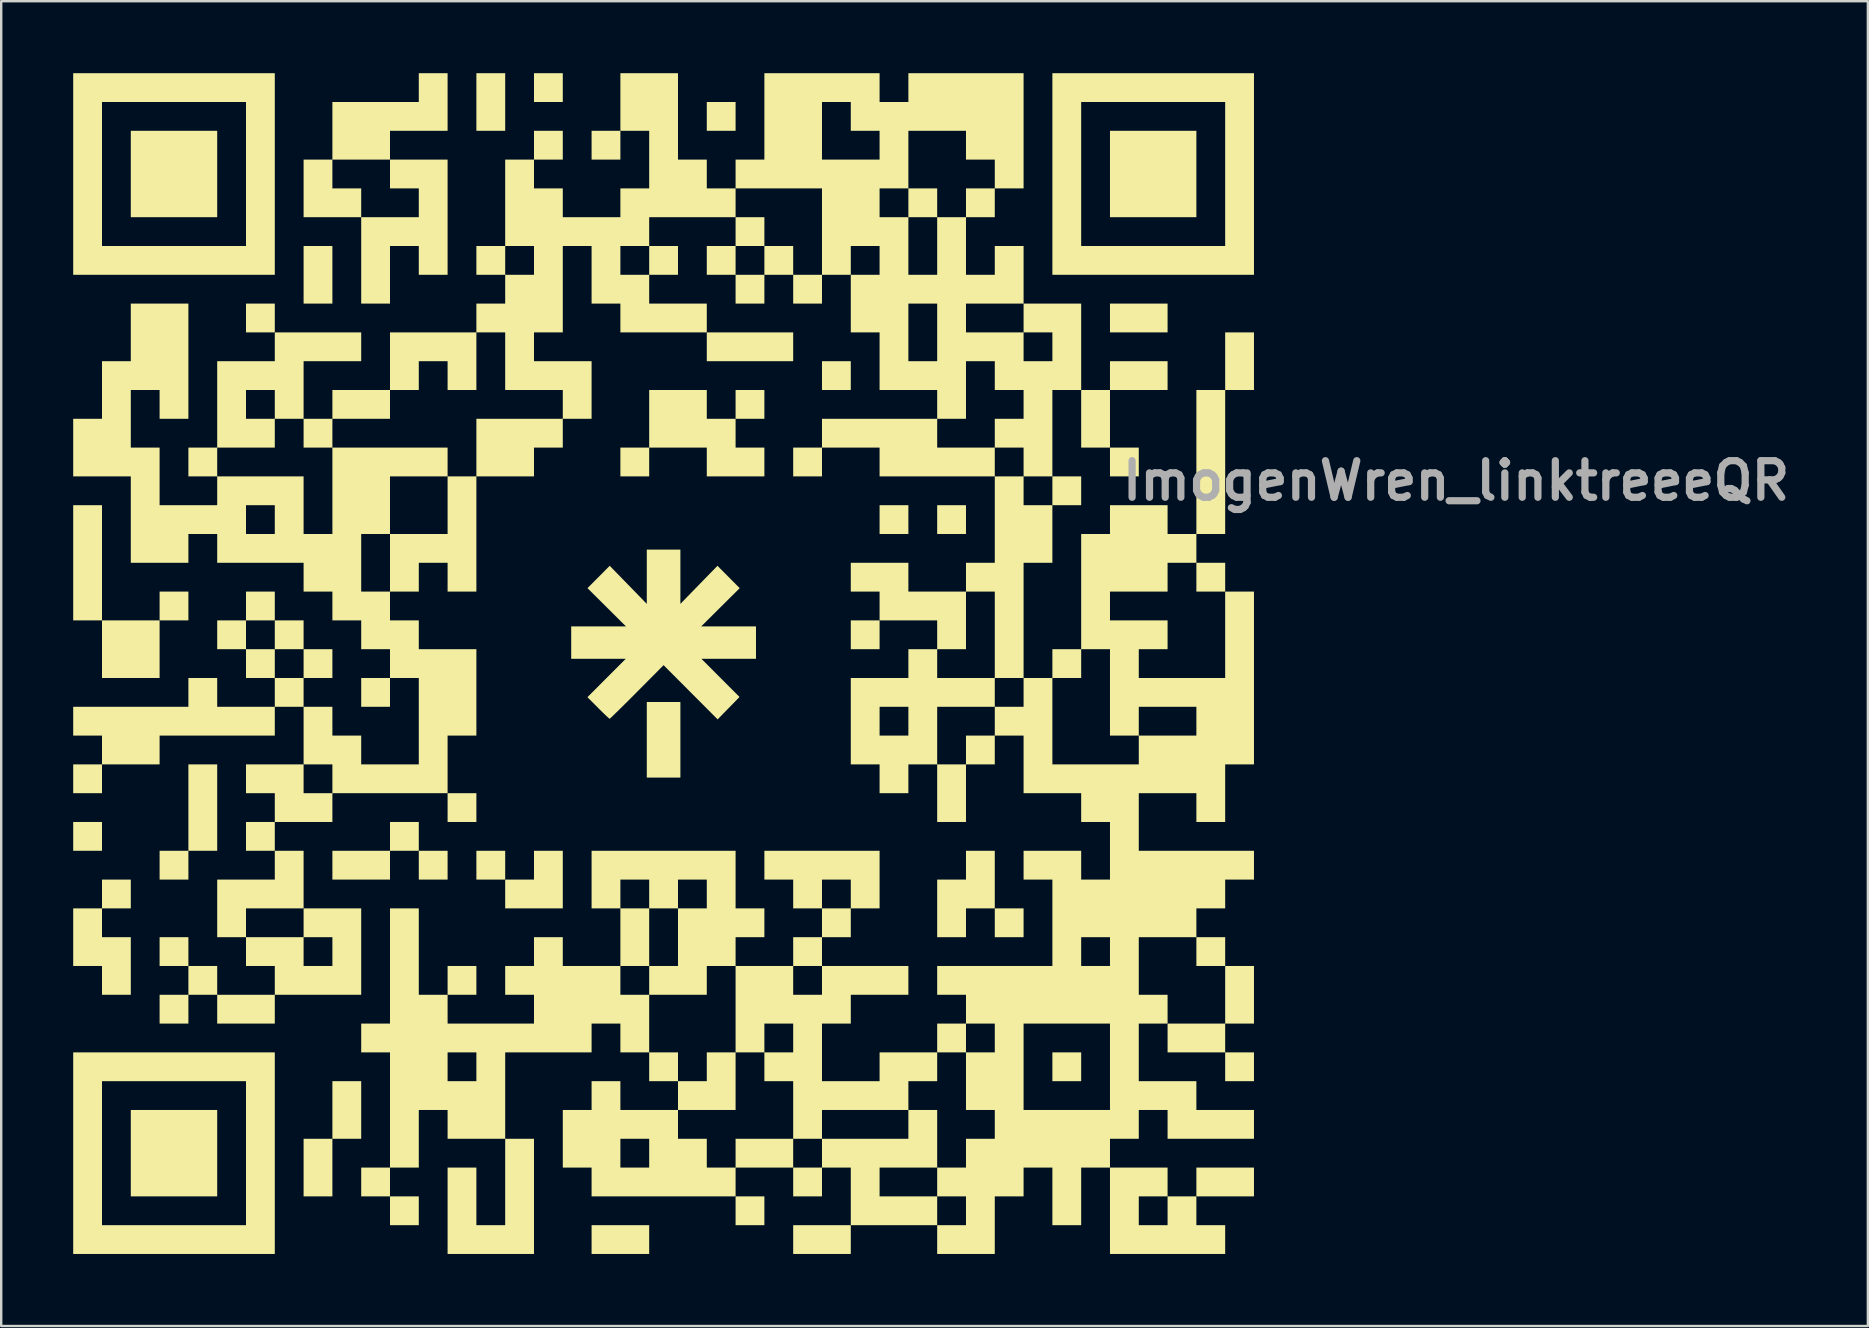
<source format=kicad_pcb>
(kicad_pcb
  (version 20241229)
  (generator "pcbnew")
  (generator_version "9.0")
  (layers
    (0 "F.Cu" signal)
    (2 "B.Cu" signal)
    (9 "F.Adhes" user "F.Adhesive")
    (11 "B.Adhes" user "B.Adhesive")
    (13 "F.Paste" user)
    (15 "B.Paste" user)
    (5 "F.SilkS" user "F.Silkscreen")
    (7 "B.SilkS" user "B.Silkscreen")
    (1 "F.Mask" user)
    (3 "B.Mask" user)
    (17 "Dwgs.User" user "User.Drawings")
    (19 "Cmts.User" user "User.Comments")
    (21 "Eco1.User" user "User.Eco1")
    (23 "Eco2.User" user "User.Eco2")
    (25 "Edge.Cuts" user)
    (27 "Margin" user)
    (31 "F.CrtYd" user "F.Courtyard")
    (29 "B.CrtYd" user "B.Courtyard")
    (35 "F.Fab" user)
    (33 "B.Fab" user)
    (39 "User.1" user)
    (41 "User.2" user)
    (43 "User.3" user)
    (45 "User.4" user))
  (footprint "ImogenWren_linktreeeQR"
    (layer "F.Cu")
    (at 24.6 24.6)
    (property "Reference" "ImogenWren_linktreeeQR" (at 33.02 -7.62 0) (layer "F.Fab") (effects (font (size 1.524 1.524) (thickness 0.3))))
    (attr board_only exclude_from_pos_files exclude_from_bom)
    (fp_poly (pts (xy -23.4 -1.8) (xy -24.6 -1.8) (xy -24.6 -6.6) (xy -23.4 -6.6)) (stroke (width 0) (type solid)) (fill yes) (layer "F.SilkS"))
    (fp_poly (pts (xy -23.4 5.4) (xy -24.6 5.4) (xy -24.6 4.2) (xy -23.4 4.2)) (stroke (width 0) (type solid)) (fill yes) (layer "F.SilkS"))
    (fp_poly (pts (xy -23.4 7.8) (xy -24.6 7.8) (xy -24.6 6.6) (xy -23.4 6.6)) (stroke (width 0) (type solid)) (fill yes) (layer "F.SilkS"))
    (fp_poly (pts (xy -22.2 10.2) (xy -23.4 10.2) (xy -23.4 9) (xy -22.2 9)) (stroke (width 0) (type solid)) (fill yes) (layer "F.SilkS"))
    (fp_poly (pts (xy -21 0.6) (xy -23.4 0.6) (xy -23.4 -1.8) (xy -21 -1.8)) (stroke (width 0) (type solid)) (fill yes) (layer "F.SilkS"))
    (fp_poly (pts (xy -19.8 -1.8) (xy -21 -1.8) (xy -21 -3) (xy -19.8 -3)) (stroke (width 0) (type solid)) (fill yes) (layer "F.SilkS"))
    (fp_poly (pts (xy -19.8 9) (xy -21 9) (xy -21 7.8) (xy -19.8 7.8)) (stroke (width 0) (type solid)) (fill yes) (layer "F.SilkS"))
    (fp_poly (pts (xy -19.8 12.6) (xy -21 12.6) (xy -21 11.4) (xy -19.8 11.4)) (stroke (width 0) (type solid)) (fill yes) (layer "F.SilkS"))
    (fp_poly (pts (xy -19.8 15) (xy -21 15) (xy -21 13.8) (xy -19.8 13.8)) (stroke (width 0) (type solid)) (fill yes) (layer "F.SilkS"))
    (fp_poly (pts (xy -18.6 -18.6) (xy -22.2 -18.6) (xy -22.2 -22.2) (xy -18.6 -22.2)) (stroke (width 0) (type solid)) (fill yes) (layer "F.SilkS"))
    (fp_poly (pts (xy -18.6 7.8) (xy -19.8 7.8) (xy -19.8 4.2) (xy -18.6 4.2)) (stroke (width 0) (type solid)) (fill yes) (layer "F.SilkS"))
    (fp_poly (pts (xy -18.6 13.8) (xy -19.8 13.8) (xy -19.8 12.6) (xy -18.6 12.6)) (stroke (width 0) (type solid)) (fill yes) (layer "F.SilkS"))
    (fp_poly (pts (xy -18.6 22.2) (xy -22.2 22.2) (xy -22.2 18.6) (xy -18.6 18.6)) (stroke (width 0) (type solid)) (fill yes) (layer "F.SilkS"))
    (fp_poly (pts (xy -16.2 -13.8) (xy -17.4 -13.8) (xy -17.4 -15) (xy -16.2 -15)) (stroke (width 0) (type solid)) (fill yes) (layer "F.SilkS"))
    (fp_poly (pts (xy -16.2 7.8) (xy -17.4 7.8) (xy -17.4 6.6) (xy -16.2 6.6)) (stroke (width 0) (type solid)) (fill yes) (layer "F.SilkS"))
    (fp_poly (pts (xy -16.2 15) (xy -18.6 15) (xy -18.6 13.8) (xy -16.2 13.8)) (stroke (width 0) (type solid)) (fill yes) (layer "F.SilkS"))
    (fp_poly (pts (xy -15 1.8) (xy -16.2 1.8) (xy -16.2 0.6) (xy -15 0.6)) (stroke (width 0) (type solid)) (fill yes) (layer "F.SilkS"))
    (fp_poly (pts (xy -13.8 -15) (xy -15 -15) (xy -15 -17.4) (xy -13.8 -17.4)) (stroke (width 0) (type solid)) (fill yes) (layer "F.SilkS"))
    (fp_poly (pts (xy -13.8 0.6) (xy -15 0.6) (xy -15 -0.6) (xy -13.8 -0.6)) (stroke (width 0) (type solid)) (fill yes) (layer "F.SilkS"))
    (fp_poly (pts (xy -13.8 22.2) (xy -15 22.2) (xy -15 19.8) (xy -13.8 19.8)) (stroke (width 0) (type solid)) (fill yes) (layer "F.SilkS"))
    (fp_poly (pts (xy -12.6 19.8) (xy -13.8 19.8) (xy -13.8 17.4) (xy -12.6 17.4)) (stroke (width 0) (type solid)) (fill yes) (layer "F.SilkS"))
    (fp_poly (pts (xy -11.4 1.8) (xy -12.6 1.8) (xy -12.6 0.6) (xy -11.4 0.6)) (stroke (width 0) (type solid)) (fill yes) (layer "F.SilkS"))
    (fp_poly (pts (xy -11.4 9) (xy -13.8 9) (xy -13.8 7.8) (xy -11.4 7.8)) (stroke (width 0) (type solid)) (fill yes) (layer "F.SilkS"))
    (fp_poly (pts (xy -11.4 22.2) (xy -12.6 22.2) (xy -12.6 21) (xy -11.4 21)) (stroke (width 0) (type solid)) (fill yes) (layer "F.SilkS"))
    (fp_poly (pts (xy -10.2 7.8) (xy -11.4 7.8) (xy -11.4 6.6) (xy -10.2 6.6)) (stroke (width 0) (type solid)) (fill yes) (layer "F.SilkS"))
    (fp_poly (pts (xy -10.2 23.4) (xy -11.4 23.4) (xy -11.4 22.2) (xy -10.2 22.2)) (stroke (width 0) (type solid)) (fill yes) (layer "F.SilkS"))
    (fp_poly (pts (xy -9 9) (xy -10.2 9) (xy -10.2 7.8) (xy -9 7.8)) (stroke (width 0) (type solid)) (fill yes) (layer "F.SilkS"))
    (fp_poly (pts (xy -7.8 6.6) (xy -9 6.6) (xy -9 5.4) (xy -7.8 5.4)) (stroke (width 0) (type solid)) (fill yes) (layer "F.SilkS"))
    (fp_poly (pts (xy -7.8 13.8) (xy -9 13.8) (xy -9 12.6) (xy -7.8 12.6)) (stroke (width 0) (type solid)) (fill yes) (layer "F.SilkS"))
    (fp_poly (pts (xy -6.6 -22.2) (xy -7.8 -22.2) (xy -7.8 -24.6) (xy -6.6 -24.6)) (stroke (width 0) (type solid)) (fill yes) (layer "F.SilkS"))
    (fp_poly (pts (xy -6.6 9) (xy -7.8 9) (xy -7.8 7.8) (xy -6.6 7.8)) (stroke (width 0) (type solid)) (fill yes) (layer "F.SilkS"))
    (fp_poly (pts (xy -4.2 -23.4) (xy -5.4 -23.4) (xy -5.4 -24.6) (xy -4.2 -24.6)) (stroke (width 0) (type solid)) (fill yes) (layer "F.SilkS"))
    (fp_poly (pts (xy -4.2 -21) (xy -5.4 -21) (xy -5.4 -22.2) (xy -4.2 -22.2)) (stroke (width 0) (type solid)) (fill yes) (layer "F.SilkS"))
    (fp_poly (pts (xy -1.8 -21) (xy -3 -21) (xy -3 -22.2) (xy -1.8 -22.2)) (stroke (width 0) (type solid)) (fill yes) (layer "F.SilkS"))
    (fp_poly (pts (xy -0.6 -7.8) (xy -1.8 -7.8) (xy -1.8 -9) (xy -0.6 -9)) (stroke (width 0) (type solid)) (fill yes) (layer "F.SilkS"))
    (fp_poly (pts (xy -0.6 24.6) (xy -3 24.6) (xy -3 23.4) (xy -0.6 23.4)) (stroke (width 0) (type solid)) (fill yes) (layer "F.SilkS"))
    (fp_poly (pts (xy 0.6 -16.2) (xy -0.6 -16.2) (xy -0.6 -17.4) (xy 0.6 -17.4)) (stroke (width 0) (type solid)) (fill yes) (layer "F.SilkS"))
    (fp_poly (pts (xy 0.7 4.75) (xy -0.7 4.75) (xy -0.7 1.6) (xy 0.7 1.6)) (stroke (width 0) (type solid)) (fill yes) (layer "F.SilkS"))
    (fp_poly (pts (xy 3 -22.2) (xy 1.8 -22.2) (xy 1.8 -23.4) (xy 3 -23.4)) (stroke (width 0) (type solid)) (fill yes) (layer "F.SilkS"))
    (fp_poly (pts (xy 4.2 -10.2) (xy 3 -10.2) (xy 3 -11.4) (xy 4.2 -11.4)) (stroke (width 0) (type solid)) (fill yes) (layer "F.SilkS"))
    (fp_poly (pts (xy 4.2 23.4) (xy 3 23.4) (xy 3 22.2) (xy 4.2 22.2)) (stroke (width 0) (type solid)) (fill yes) (layer "F.SilkS"))
    (fp_poly (pts (xy 5.4 -12.6) (xy 1.8 -12.6) (xy 1.8 -13.8) (xy 5.4 -13.8)) (stroke (width 0) (type solid)) (fill yes) (layer "F.SilkS"))
    (fp_poly (pts (xy 6.6 -15) (xy 5.4 -15) (xy 5.4 -16.2) (xy 6.6 -16.2)) (stroke (width 0) (type solid)) (fill yes) (layer "F.SilkS"))
    (fp_poly (pts (xy 6.6 -7.8) (xy 5.4 -7.8) (xy 5.4 -9) (xy 6.6 -9)) (stroke (width 0) (type solid)) (fill yes) (layer "F.SilkS"))
    (fp_poly (pts (xy 7.8 -11.4) (xy 6.6 -11.4) (xy 6.6 -12.6) (xy 7.8 -12.6)) (stroke (width 0) (type solid)) (fill yes) (layer "F.SilkS"))
    (fp_poly (pts (xy 7.8 24.6) (xy 5.4 24.6) (xy 5.4 23.4) (xy 7.8 23.4)) (stroke (width 0) (type solid)) (fill yes) (layer "F.SilkS"))
    (fp_poly (pts (xy 9 -0.6) (xy 7.8 -0.6) (xy 7.8 -1.8) (xy 9 -1.8)) (stroke (width 0) (type solid)) (fill yes) (layer "F.SilkS"))
    (fp_poly (pts (xy 10.2 -5.4) (xy 9 -5.4) (xy 9 -6.6) (xy 10.2 -6.6)) (stroke (width 0) (type solid)) (fill yes) (layer "F.SilkS"))
    (fp_poly (pts (xy 11.4 -18.6) (xy 10.2 -18.6) (xy 10.2 -19.8) (xy 11.4 -19.8)) (stroke (width 0) (type solid)) (fill yes) (layer "F.SilkS"))
    (fp_poly (pts (xy 12.6 -5.4) (xy 11.4 -5.4) (xy 11.4 -6.6) (xy 12.6 -6.6)) (stroke (width 0) (type solid)) (fill yes) (layer "F.SilkS"))
    (fp_poly (pts (xy 15 11.4) (xy 13.8 11.4) (xy 13.8 10.2) (xy 15 10.2)) (stroke (width 0) (type solid)) (fill yes) (layer "F.SilkS"))
    (fp_poly (pts (xy 17.4 -6.6) (xy 16.2 -6.6) (xy 16.2 -7.8) (xy 17.4 -7.8)) (stroke (width 0) (type solid)) (fill yes) (layer "F.SilkS"))
    (fp_poly (pts (xy 17.4 17.4) (xy 16.2 17.4) (xy 16.2 16.2) (xy 17.4 16.2)) (stroke (width 0) (type solid)) (fill yes) (layer "F.SilkS"))
    (fp_poly (pts (xy 18.6 -9) (xy 17.4 -9) (xy 17.4 -11.4) (xy 18.6 -11.4)) (stroke (width 0) (type solid)) (fill yes) (layer "F.SilkS"))
    (fp_poly (pts (xy 19.8 -7.8) (xy 18.6 -7.8) (xy 18.6 -9) (xy 19.8 -9)) (stroke (width 0) (type solid)) (fill yes) (layer "F.SilkS"))
    (fp_poly (pts (xy 21 -13.8) (xy 18.6 -13.8) (xy 18.6 -15) (xy 21 -15)) (stroke (width 0) (type solid)) (fill yes) (layer "F.SilkS"))
    (fp_poly (pts (xy 21 -11.4) (xy 18.6 -11.4) (xy 18.6 -12.6) (xy 21 -12.6)) (stroke (width 0) (type solid)) (fill yes) (layer "F.SilkS"))
    (fp_poly (pts (xy 22.2 -18.6) (xy 18.6 -18.6) (xy 18.6 -22.2) (xy 22.2 -22.2)) (stroke (width 0) (type solid)) (fill yes) (layer "F.SilkS"))
    (fp_poly (pts (xy 23.4 -5.4) (xy 22.2 -5.4) (xy 22.2 -11.4) (xy 23.4 -11.4)) (stroke (width 0) (type solid)) (fill yes) (layer "F.SilkS"))
    (fp_poly (pts (xy 23.4 -3) (xy 22.2 -3) (xy 22.2 -4.2) (xy 23.4 -4.2)) (stroke (width 0) (type solid)) (fill yes) (layer "F.SilkS"))
    (fp_poly (pts (xy 23.4 12.6) (xy 22.2 12.6) (xy 22.2 11.4) (xy 23.4 11.4)) (stroke (width 0) (type solid)) (fill yes) (layer "F.SilkS"))
    (fp_poly (pts (xy 23.4 16.2) (xy 21 16.2) (xy 21 15) (xy 23.4 15)) (stroke (width 0) (type solid)) (fill yes) (layer "F.SilkS"))
    (fp_poly (pts (xy 24.6 -11.4) (xy 23.4 -11.4) (xy 23.4 -13.8) (xy 24.6 -13.8)) (stroke (width 0) (type solid)) (fill yes) (layer "F.SilkS"))
    (fp_poly (pts (xy 24.6 15) (xy 23.4 15) (xy 23.4 12.6) (xy 24.6 12.6)) (stroke (width 0) (type solid)) (fill yes) (layer "F.SilkS"))
    (fp_poly (pts (xy 24.6 17.4) (xy 23.4 17.4) (xy 23.4 16.2) (xy 24.6 16.2)) (stroke (width 0) (type solid)) (fill yes) (layer "F.SilkS"))
    (fp_poly (pts (xy 24.6 22.2) (xy 22.2 22.2) (xy 22.2 21) (xy 24.6 21)) (stroke (width 0) (type solid)) (fill yes) (layer "F.SilkS"))
    (fp_poly (pts (xy -4.2 10.2) (xy -6.6 10.2) (xy -6.6 9) (xy -5.4 9) (xy -5.4 7.8) (xy -4.2 7.8)) (stroke (width 0) (type solid)) (fill yes) (layer "F.SilkS"))
    (fp_poly (pts (xy -23.4 11.4) (xy -22.2 11.4) (xy -22.2 13.8) (xy -23.4 13.8) (xy -23.4 12.6) (xy -24.6 12.6) (xy -24.6 10.2) (xy -23.4 10.2)) (stroke (width 0) (type solid)) (fill yes) (layer "F.SilkS"))
    (fp_poly (pts (xy -5.4 24.6) (xy -9 24.6) (xy -9 21) (xy -7.8 21) (xy -7.8 23.4) (xy -6.6 23.4) (xy -6.6 19.8) (xy -5.4 19.8)) (stroke (width 0) (type solid)) (fill yes) (layer "F.SilkS"))
    (fp_poly (pts (xy 13.8 10.2) (xy 12.6 10.2) (xy 12.6 11.4) (xy 11.4 11.4) (xy 11.4 9) (xy 12.6 9) (xy 12.6 7.8) (xy 13.8 7.8)) (stroke (width 0) (type solid)) (fill yes) (layer "F.SilkS"))
    (fp_poly (pts (xy -0.6 -11.4) (xy 1.8 -11.4) (xy 1.8 -10.2) (xy 3 -10.2) (xy 3 -9) (xy 4.2 -9) (xy 4.2 -7.8) (xy 1.8 -7.8) (xy 1.8 -9) (xy -0.6 -9)) (stroke (width 0) (type solid)) (fill yes) (layer "F.SilkS"))
    (fp_poly (pts (xy -16.2 -16.2) (xy -24.6 -16.2) (xy -24.6 -17.4) (xy -23.4 -17.4) (xy -17.4 -17.4) (xy -17.4 -23.4) (xy -23.4 -23.4) (xy -23.4 -17.4) (xy -24.6 -17.4) (xy -24.6 -24.6) (xy -16.2 -24.6)) (stroke (width 0) (type solid)) (fill yes) (layer "F.SilkS"))
    (fp_poly (pts (xy -16.2 24.6) (xy -24.6 24.6) (xy -24.6 23.4) (xy -23.4 23.4) (xy -17.4 23.4) (xy -17.4 17.4) (xy -23.4 17.4) (xy -23.4 23.4) (xy -24.6 23.4) (xy -24.6 16.2) (xy -16.2 16.2)) (stroke (width 0) (type solid)) (fill yes) (layer "F.SilkS"))
    (fp_poly (pts (xy 24.6 -16.2) (xy 16.2 -16.2) (xy 16.2 -17.4) (xy 17.4 -17.4) (xy 23.4 -17.4) (xy 23.4 -23.4) (xy 17.4 -23.4) (xy 17.4 -17.4) (xy 16.2 -17.4) (xy 16.2 -24.6) (xy 24.6 -24.6)) (stroke (width 0) (type solid)) (fill yes) (layer "F.SilkS"))
    (fp_poly (pts (xy -18.6 1.8) (xy -16.2 1.8) (xy -16.2 3) (xy -21 3) (xy -21 4.2) (xy -23.4 4.2) (xy -23.4 3) (xy -24.6 3) (xy -24.6 1.8) (xy -19.8 1.8) (xy -19.8 0.6) (xy -18.6 0.6)) (stroke (width 0) (type solid)) (fill yes) (layer "F.SilkS"))
    (fp_poly (pts (xy 9 10.2) (xy 7.8 10.2) (xy 7.8 11.4) (xy 6.6 11.4) (xy 6.6 10.2) (xy 7.8 10.2) (xy 7.8 9) (xy 6.6 9) (xy 6.6 10.2) (xy 5.4 10.2) (xy 5.4 9) (xy 4.2 9) (xy 4.2 7.8) (xy 9 7.8)) (stroke (width 0) (type solid)) (fill yes) (layer "F.SilkS"))
    (fp_poly (pts (xy 22.2 22.2) (xy 22.2 23.4) (xy 23.4 23.4) (xy 23.4 24.6) (xy 18.6 24.6) (xy 18.6 23.4) (xy 19.8 23.4) (xy 21 23.4) (xy 21 22.2) (xy 19.8 22.2) (xy 19.8 23.4) (xy 18.6 23.4) (xy 18.6 21) (xy 21 21) (xy 21 22.2)) (stroke (width 0) (type solid)) (fill yes) (layer "F.SilkS"))
    (fp_poly (pts (xy -15 -1.8) (xy -15 -0.6) (xy -16.2 -0.6) (xy -16.2 0.6) (xy -17.4 0.6) (xy -17.4 -0.6) (xy -16.2 -0.6) (xy -16.2 -1.8) (xy -17.4 -1.8) (xy -17.4 -0.6) (xy -18.6 -0.6) (xy -18.6 -1.8) (xy -17.4 -1.8) (xy -17.4 -3) (xy -16.2 -3) (xy -16.2 -1.8)) (stroke (width 0) (type solid)) (fill yes) (layer "F.SilkS"))
    (fp_poly (pts (xy 5.4 -17.4) (xy 5.4 -16.2) (xy 4.2 -16.2) (xy 4.2 -15) (xy 3 -15) (xy 3 -16.2) (xy 4.2 -16.2) (xy 4.2 -17.4) (xy 3 -17.4) (xy 3 -16.2) (xy 1.8 -16.2) (xy 1.8 -17.4) (xy 3 -17.4) (xy 3 -18.6) (xy 4.2 -18.6) (xy 4.2 -17.4)) (stroke (width 0) (type solid)) (fill yes) (layer "F.SilkS"))
    (fp_poly (pts (xy -12.6 10.2) (xy -12.6 13.8) (xy -16.2 13.8) (xy -16.2 12.6) (xy -15 12.6) (xy -13.8 12.6) (xy -13.8 11.4) (xy -15 11.4) (xy -15 12.6) (xy -16.2 12.6) (xy -17.4 12.6) (xy -17.4 11.4) (xy -15 11.4) (xy -15 10.2) (xy -17.4 10.2) (xy -17.4 11.4) (xy -18.6 11.4) (xy -18.6 9) (xy -16.2 9) (xy -16.2 7.8) (xy -15 7.8) (xy -15 10.2)) (stroke (width 0) (type solid)) (fill yes) (layer "F.SilkS"))
    (fp_poly (pts (xy -9 -21) (xy -9 -16.2) (xy -10.2 -16.2) (xy -10.2 -17.4) (xy -11.4 -17.4) (xy -11.4 -15) (xy -12.6 -15) (xy -12.6 -18.6) (xy -15 -18.6) (xy -15 -19.8) (xy -13.8 -19.8) (xy -12.6 -19.8) (xy -12.6 -18.6) (xy -10.2 -18.6) (xy -10.2 -19.8) (xy -11.4 -19.8) (xy -11.4 -21) (xy -13.8 -21) (xy -13.8 -19.8) (xy -15 -19.8) (xy -15 -21) (xy -13.8 -21) (xy -13.8 -23.4) (xy -10.2 -23.4) (xy -10.2 -24.6) (xy -9 -24.6) (xy -9 -22.2) (xy -11.4 -22.2) (xy -11.4 -21)) (stroke (width 0) (type solid)) (fill yes) (layer "F.SilkS"))
    (fp_poly (pts (xy 0.7 -2.488) (xy 2.245 -4.075) (xy 2.708 -3.609) (xy 3.171 -3.143) (xy 2.37 -2.347) (xy 1.569 -1.55) (xy 3.85 -1.55) (xy 3.85 -0.2) (xy 1.576 -0.2) (xy 3.164 1.391) (xy 2.252 2.325) (xy 1.126 1.196) (xy -0.000315 0.066) (xy -1.11 1.183) (xy -1.383 1.457) (xy -1.633 1.706) (xy -1.853 1.923) (xy -2.032 2.098) (xy -2.162 2.224) (xy -2.236 2.291) (xy -2.249 2.3) (xy -2.293 2.267) (xy -2.392 2.175) (xy -2.534 2.039) (xy -2.703 1.872) (xy -2.725 1.85) (xy -3.173 1.4) (xy -1.576 -0.2) (xy -3.85 -0.2) (xy -3.85 -1.55) (xy -1.569 -1.55) (xy -2.37 -2.347) (xy -3.171 -3.143) (xy -2.708 -3.609) (xy -2.245 -4.075) (xy -1.473 -3.282) (xy -0.7 -2.488) (xy -0.7 -4.75) (xy 0.7 -4.75)) (stroke (width 0) (type solid)) (fill yes) (layer "F.SilkS"))
    (fp_poly (pts (xy -1.8 -24.6) (xy 0.6 -24.6) (xy 0.6 -21) (xy 1.8 -21) (xy 1.8 -19.8) (xy 3 -19.8) (xy 3 -18.6) (xy -0.6 -18.6) (xy -0.6 -17.4) (xy -1.8 -17.4) (xy -1.8 -16.2) (xy -0.6 -16.2) (xy -0.6 -15) (xy 1.8 -15) (xy 1.8 -13.8) (xy -1.8 -13.8) (xy -1.8 -15) (xy -3 -15) (xy -3 -17.4) (xy -4.2 -17.4) (xy -4.2 -13.8) (xy -5.4 -13.8) (xy -5.4 -12.6) (xy -3 -12.6) (xy -3 -10.2) (xy -4.2 -10.2) (xy -4.2 -9) (xy -5.4 -9) (xy -5.4 -7.8) (xy -7.8 -7.8) (xy -7.8 -3) (xy -9 -3) (xy -9 -4.2) (xy -10.2 -4.2) (xy -10.2 -3) (xy -11.4 -3) (xy -11.4 -1.8) (xy -10.2 -1.8) (xy -10.2 -0.6) (xy -7.8 -0.6) (xy -7.8 3) (xy -9 3) (xy -9 5.4) (xy -13.8 5.4) (xy -13.8 6.6) (xy -16.2 6.6) (xy -16.2 5.4) (xy -15 5.4) (xy -13.8 5.4) (xy -13.8 4.2) (xy -15 4.2) (xy -15 5.4) (xy -16.2 5.4) (xy -17.4 5.4) (xy -17.4 4.2) (xy -15 4.2) (xy -15 1.8) (xy -13.8 1.8) (xy -13.8 3) (xy -12.6 3) (xy -12.6 4.2) (xy -10.2 4.2) (xy -10.2 0.6) (xy -11.4 0.6) (xy -11.4 -0.6) (xy -12.6 -0.6) (xy -12.6 -1.8) (xy -13.8 -1.8) (xy -13.8 -3) (xy -12.6 -3) (xy -11.4 -3) (xy -11.4 -5.4) (xy -9 -5.4) (xy -9 -7.8) (xy -11.4 -7.8) (xy -11.4 -5.4) (xy -12.6 -5.4) (xy -12.6 -3) (xy -13.8 -3) (xy -15 -3) (xy -15 -4.2) (xy -18.6 -4.2) (xy -18.6 -5.4) (xy -17.4 -5.4) (xy -16.2 -5.4) (xy -16.2 -6.6) (xy -17.4 -6.6) (xy -17.4 -5.4) (xy -18.6 -5.4) (xy -19.8 -5.4) (xy -19.8 -4.2) (xy -22.2 -4.2) (xy -22.2 -7.8) (xy -24.6 -7.8) (xy -24.6 -10.2) (xy -23.4 -10.2) (xy -23.4 -12.6) (xy -22.2 -12.6) (xy -22.2 -15) (xy -19.8 -15) (xy -19.8 -10.2) (xy -21 -10.2) (xy -21 -11.4) (xy -22.2 -11.4) (xy -22.2 -9) (xy -21 -9) (xy -21 -6.6) (xy -18.6 -6.6) (xy -18.6 -7.8) (xy -15 -7.8) (xy -15 -5.4) (xy -13.8 -5.4) (xy -13.8 -9) (xy -9 -9) (xy -9 -7.8) (xy -7.8 -7.8) (xy -7.8 -10.2) (xy -4.2 -10.2) (xy -4.2 -11.4) (xy -6.6 -11.4) (xy -6.6 -13.8) (xy -7.8 -13.8) (xy -7.8 -11.4) (xy -9 -11.4) (xy -9 -12.6) (xy -10.2 -12.6) (xy -10.2 -11.4) (xy -11.4 -11.4) (xy -11.4 -10.2) (xy -13.8 -10.2) (xy -13.8 -9) (xy -15 -9) (xy -15 -10.2) (xy -16.2 -10.2) (xy -16.2 -9) (xy -18.6 -9) (xy -18.6 -7.8) (xy -19.8 -7.8) (xy -19.8 -9) (xy -18.6 -9) (xy -18.6 -10.2) (xy -17.4 -10.2) (xy -16.2 -10.2) (xy -16.2 -11.4) (xy -17.4 -11.4) (xy -17.4 -10.2) (xy -18.6 -10.2) (xy -18.6 -12.6) (xy -16.2 -12.6) (xy -16.2 -13.8) (xy -12.6 -13.8) (xy -12.6 -12.6) (xy -15 -12.6) (xy -15 -10.2) (xy -13.8 -10.2) (xy -13.8 -11.4) (xy -11.4 -11.4) (xy -11.4 -13.8) (xy -7.8 -13.8) (xy -7.8 -15) (xy -6.6 -15) (xy -6.6 -16.2) (xy -5.4 -16.2) (xy -5.4 -17.4) (xy -6.6 -17.4) (xy -6.6 -16.2) (xy -7.8 -16.2) (xy -7.8 -17.4) (xy -6.6 -17.4) (xy -6.6 -21) (xy -5.4 -21) (xy -5.4 -19.8) (xy -4.2 -19.8) (xy -4.2 -18.6) (xy -1.8 -18.6) (xy -1.8 -19.8) (xy -0.6 -19.8) (xy -0.6 -22.2) (xy -1.8 -22.2)) (stroke (width 0) (type solid)) (fill yes) (layer "F.SilkS"))
    (fp_poly (pts (xy 7.8 21) (xy 6.6 21) (xy 6.6 22.2) (xy 5.4 22.2) (xy 5.4 21) (xy 6.6 21) (xy 6.6 19.8) (xy 10.2 19.8) (xy 10.2 18.6) (xy 11.4 18.6) (xy 11.4 21) (xy 12.6 21) (xy 12.6 19.8) (xy 13.8 19.8) (xy 13.8 18.6) (xy 15 18.6) (xy 18.6 18.6) (xy 18.6 15) (xy 15 15) (xy 15 18.6) (xy 13.8 18.6) (xy 12.6 18.6) (xy 12.6 16.2) (xy 13.8 16.2) (xy 13.8 15) (xy 12.6 15) (xy 12.6 16.2) (xy 11.4 16.2) (xy 11.4 17.4) (xy 10.2 17.4) (xy 10.2 18.6) (xy 6.6 18.6) (xy 6.6 19.8) (xy 5.4 19.8) (xy 5.4 21) (xy 3 21) (xy 3 22.2) (xy -3 22.2) (xy -3 21) (xy -1.8 21) (xy -0.6 21) (xy -0.6 19.8) (xy 0.6 19.8) (xy 1.8 19.8) (xy 1.8 21) (xy 3 21) (xy 3 19.8) (xy 5.4 19.8) (xy 5.4 17.4) (xy 4.2 17.4) (xy 4.2 16.2) (xy 5.4 16.2) (xy 5.4 15) (xy 4.2 15) (xy 4.2 16.2) (xy 3 16.2) (xy 3 18.6) (xy 0.6 18.6) (xy 0.6 19.8) (xy -0.6 19.8) (xy -1.8 19.8) (xy -1.8 21) (xy -3 21) (xy -4.2 21) (xy -4.2 18.6) (xy -3 18.6) (xy -3 17.4) (xy -1.8 17.4) (xy -1.8 18.6) (xy 0.6 18.6) (xy 0.6 17.4) (xy -0.6 17.4) (xy -0.6 16.2) (xy 0.6 16.2) (xy 0.6 17.4) (xy 1.8 17.4) (xy 1.8 16.2) (xy 3 16.2) (xy 3 13.8) (xy 5.4 13.8) (xy 6.6 13.8) (xy 6.6 12.6) (xy 5.4 12.6) (xy 5.4 13.8) (xy 3 13.8) (xy 3 12.6) (xy 1.8 12.6) (xy 1.8 13.8) (xy -0.6 13.8) (xy -0.6 16.2) (xy -1.8 16.2) (xy -1.8 15) (xy -3 15) (xy -3 16.2) (xy -6.6 16.2) (xy -6.6 19.8) (xy -9 19.8) (xy -9 18.6) (xy -10.2 18.6) (xy -10.2 21) (xy -11.4 21) (xy -11.4 17.4) (xy -9 17.4) (xy -7.8 17.4) (xy -7.8 16.2) (xy -9 16.2) (xy -9 17.4) (xy -11.4 17.4) (xy -11.4 16.2) (xy -12.6 16.2) (xy -12.6 15) (xy -11.4 15) (xy -11.4 10.2) (xy -10.2 10.2) (xy -10.2 13.8) (xy -9 13.8) (xy -9 15) (xy -5.4 15) (xy -5.4 13.8) (xy -1.8 13.8) (xy -0.6 13.8) (xy -0.6 12.6) (xy 0.6 12.6) (xy 0.6 10.2) (xy 1.8 10.2) (xy 1.8 9) (xy 0.6 9) (xy 0.6 10.2) (xy -0.6 10.2) (xy -0.6 12.6) (xy -1.8 12.6) (xy -1.8 13.8) (xy -5.4 13.8) (xy -6.6 13.8) (xy -6.6 12.6) (xy -5.4 12.6) (xy -5.4 11.4) (xy -4.2 11.4) (xy -4.2 12.6) (xy -1.8 12.6) (xy -1.8 10.2) (xy -0.6 10.2) (xy -0.6 9) (xy -1.8 9) (xy -1.8 10.2) (xy -3 10.2) (xy -3 7.8) (xy 3 7.8) (xy 3 10.2) (xy 4.2 10.2) (xy 4.2 11.4) (xy 3 11.4) (xy 3 12.6) (xy 5.4 12.6) (xy 5.4 11.4) (xy 6.6 11.4) (xy 6.6 12.6) (xy 10.2 12.6) (xy 10.2 13.8) (xy 7.8 13.8) (xy 7.8 15) (xy 6.6 15) (xy 6.6 17.4) (xy 9 17.4) (xy 9 16.2) (xy 11.4 16.2) (xy 11.4 15) (xy 12.6 15) (xy 12.6 13.8) (xy 11.4 13.8) (xy 11.4 12.6) (xy 16.2 12.6) (xy 17.4 12.6) (xy 18.6 12.6) (xy 18.6 11.4) (xy 17.4 11.4) (xy 17.4 12.6) (xy 16.2 12.6) (xy 16.2 9) (xy 15 9) (xy 15 7.8) (xy 17.4 7.8) (xy 17.4 9) (xy 18.6 9) (xy 18.6 6.6) (xy 17.4 6.6) (xy 17.4 5.4) (xy 15 5.4) (xy 15 4.2) (xy 16.2 4.2) (xy 19.8 4.2) (xy 19.8 3) (xy 22.2 3) (xy 22.2 1.8) (xy 19.8 1.8) (xy 19.8 3) (xy 18.6 3) (xy 18.6 -0.6) (xy 17.4 -0.6) (xy 17.4 0.6) (xy 16.2 0.6) (xy 16.2 4.2) (xy 15 4.2) (xy 15 3) (xy 13.8 3) (xy 13.8 4.2) (xy 12.6 4.2) (xy 12.6 6.6) (xy 11.4 6.6) (xy 11.4 4.2) (xy 12.6 4.2) (xy 12.6 3) (xy 13.8 3) (xy 13.8 1.8) (xy 15 1.8) (xy 15 0.6) (xy 13.8 0.6) (xy 13.8 1.8) (xy 11.4 1.8) (xy 11.4 4.2) (xy 10.2 4.2) (xy 10.2 5.4) (xy 9 5.4) (xy 9 4.2) (xy 7.8 4.2) (xy 7.8 3) (xy 9 3) (xy 10.2 3) (xy 10.2 1.8) (xy 9 1.8) (xy 9 3) (xy 7.8 3) (xy 7.8 0.6) (xy 10.2 0.6) (xy 11.4 0.6) (xy 13.8 0.6) (xy 13.8 -3) (xy 12.6 -3) (xy 12.6 -0.6) (xy 11.4 -0.6) (xy 11.4 0.6) (xy 10.2 0.6) (xy 10.2 -0.6) (xy 11.4 -0.6) (xy 11.4 -1.8) (xy 9 -1.8) (xy 9 -3) (xy 7.8 -3) (xy 7.8 -4.2) (xy 10.2 -4.2) (xy 10.2 -3) (xy 12.6 -3) (xy 12.6 -4.2) (xy 13.8 -4.2) (xy 13.8 -7.8) (xy 15 -7.8) (xy 15 -9) (xy 13.8 -9) (xy 13.8 -7.8) (xy 9 -7.8) (xy 9 -9) (xy 11.4 -9) (xy 13.8 -9) (xy 13.8 -10.2) (xy 15 -10.2) (xy 15 -11.4) (xy 13.8 -11.4) (xy 13.8 -12.6) (xy 15 -12.6) (xy 16.2 -12.6) (xy 16.2 -13.8) (xy 15 -13.8) (xy 15 -12.6) (xy 13.8 -12.6) (xy 12.6 -12.6) (xy 12.6 -10.2) (xy 11.4 -10.2) (xy 11.4 -9) (xy 9 -9) (xy 6.6 -9) (xy 6.6 -10.2) (xy 11.4 -10.2) (xy 11.4 -11.4) (xy 9 -11.4) (xy 9 -12.6) (xy 10.2 -12.6) (xy 11.4 -12.6) (xy 11.4 -13.8) (xy 12.6 -13.8) (xy 15 -13.8) (xy 15 -15) (xy 12.6 -15) (xy 12.6 -13.8) (xy 11.4 -13.8) (xy 11.4 -15) (xy 10.2 -15) (xy 10.2 -12.6) (xy 9 -12.6) (xy 9 -13.8) (xy 7.8 -13.8) (xy 7.8 -16.2) (xy 9 -16.2) (xy 9 -17.4) (xy 7.8 -17.4) (xy 7.8 -16.2) (xy 6.6 -16.2) (xy 6.6 -18.6) (xy 9 -18.6) (xy 10.2 -18.6) (xy 10.2 -16.2) (xy 11.4 -16.2) (xy 11.4 -18.6) (xy 12.6 -18.6) (xy 12.6 -19.8) (xy 13.8 -19.8) (xy 13.8 -21) (xy 12.6 -21) (xy 12.6 -22.2) (xy 10.2 -22.2) (xy 10.2 -19.8) (xy 9 -19.8) (xy 9 -18.6) (xy 6.6 -18.6) (xy 6.6 -19.8) (xy 3 -19.8) (xy 3 -21) (xy 4.2 -21) (xy 6.6 -21) (xy 9 -21) (xy 9 -22.2) (xy 7.8 -22.2) (xy 7.8 -23.4) (xy 6.6 -23.4) (xy 6.6 -21) (xy 4.2 -21) (xy 4.2 -24.6) (xy 9 -24.6) (xy 9 -23.4) (xy 10.2 -23.4) (xy 10.2 -24.6) (xy 15 -24.6) (xy 15 -19.8) (xy 13.8 -19.8) (xy 13.8 -18.6) (xy 12.6 -18.6) (xy 12.6 -16.2) (xy 13.8 -16.2) (xy 13.8 -17.4) (xy 15 -17.4) (xy 15 -15) (xy 17.4 -15) (xy 17.4 -11.4) (xy 16.2 -11.4) (xy 16.2 -7.8) (xy 15 -7.8) (xy 15 -6.6) (xy 16.2 -6.6) (xy 16.2 -4.2) (xy 15 -4.2) (xy 15 0.6) (xy 16.2 0.6) (xy 16.2 -0.6) (xy 17.4 -0.6) (xy 17.4 -5.4) (xy 18.6 -5.4) (xy 18.6 -6.6) (xy 21 -6.6) (xy 21 -5.4) (xy 22.2 -5.4) (xy 22.2 -4.2) (xy 21 -4.2) (xy 21 -3) (xy 18.6 -3) (xy 18.6 -1.8) (xy 21 -1.8) (xy 21 -0.6) (xy 19.8 -0.6) (xy 19.8 0.6) (xy 23.4 0.6) (xy 23.4 -3) (xy 24.6 -3) (xy 24.6 4.2) (xy 23.4 4.2) (xy 23.4 6.6) (xy 22.2 6.6) (xy 22.2 5.4) (xy 19.8 5.4) (xy 19.8 7.8) (xy 24.6 7.8) (xy 24.6 9) (xy 23.4 9) (xy 23.4 10.2) (xy 22.2 10.2) (xy 22.2 11.4) (xy 19.8 11.4) (xy 19.8 13.8) (xy 21 13.8) (xy 21 15) (xy 19.8 15) (xy 19.8 17.4) (xy 22.2 17.4) (xy 22.2 18.6) (xy 24.6 18.6) (xy 24.6 19.8) (xy 21 19.8) (xy 21 18.6) (xy 19.8 18.6) (xy 19.8 19.8) (xy 18.6 19.8) (xy 18.6 21) (xy 17.4 21) (xy 17.4 23.4) (xy 16.2 23.4) (xy 16.2 21) (xy 15 21) (xy 15 22.2) (xy 13.8 22.2) (xy 13.8 24.6) (xy 11.4 24.6) (xy 11.4 23.4) (xy 12.6 23.4) (xy 12.6 22.2) (xy 11.4 22.2) (xy 11.4 23.4) (xy 7.8 23.4) (xy 7.8 22.2) (xy 9 22.2) (xy 11.4 22.2) (xy 11.4 21) (xy 9 21) (xy 9 22.2) (xy 7.8 22.2)) (stroke (width 0) (type solid)) (fill yes) (layer "F.SilkS")))
  (gr_rect
    (start -3 -3)
    (end 74.779 52.2)
    (stroke (width 0.1) (type default))
    (fill no)
    (layer "Edge.Cuts")))
</source>
